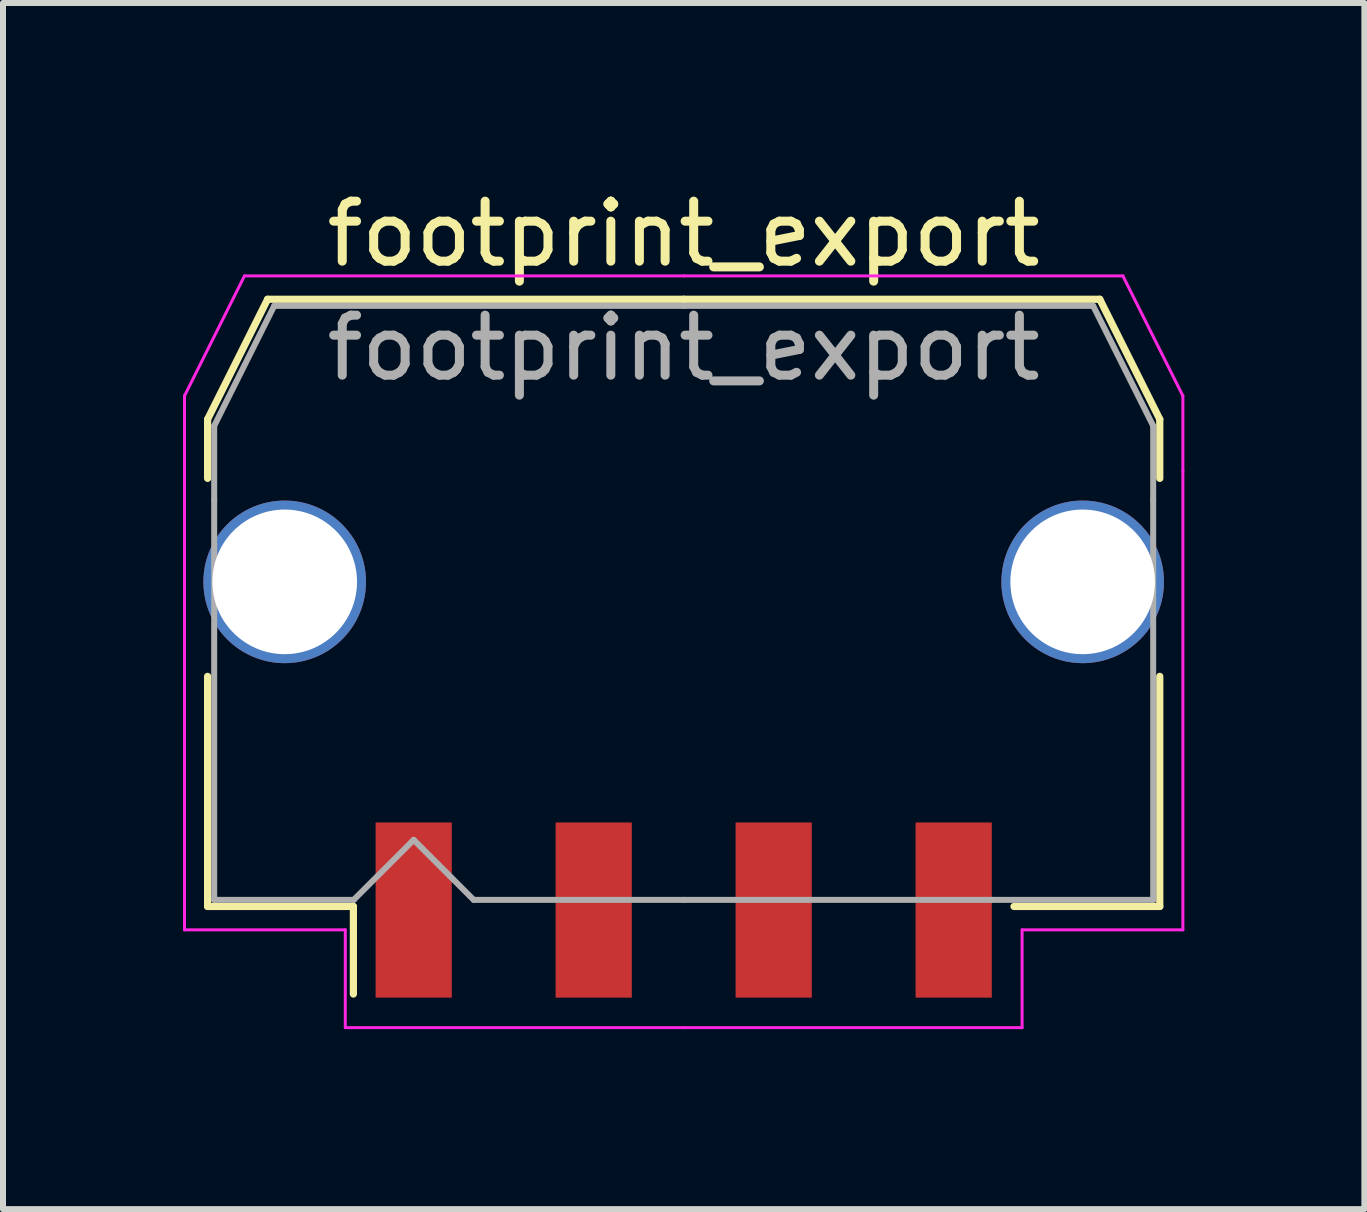
<source format=kicad_pcb>
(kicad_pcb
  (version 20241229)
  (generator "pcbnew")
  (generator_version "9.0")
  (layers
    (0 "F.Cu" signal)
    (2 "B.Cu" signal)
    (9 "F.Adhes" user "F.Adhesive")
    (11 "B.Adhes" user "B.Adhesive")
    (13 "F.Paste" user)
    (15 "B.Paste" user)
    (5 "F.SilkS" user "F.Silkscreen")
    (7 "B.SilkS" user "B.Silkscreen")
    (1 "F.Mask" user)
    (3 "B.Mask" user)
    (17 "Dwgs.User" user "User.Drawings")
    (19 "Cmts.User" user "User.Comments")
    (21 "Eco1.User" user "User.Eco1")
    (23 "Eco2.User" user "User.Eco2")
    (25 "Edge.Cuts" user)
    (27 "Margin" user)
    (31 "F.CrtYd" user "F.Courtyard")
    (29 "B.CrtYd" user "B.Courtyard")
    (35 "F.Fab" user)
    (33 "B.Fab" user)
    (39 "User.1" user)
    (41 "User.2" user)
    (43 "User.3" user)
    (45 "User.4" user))
  (footprint "footprint_export"
    (layer "F.Cu")
    (at 8.345 6.998)
    (property "Reference" "footprint_export" (at 0 -6.15 0) (layer "F.SilkS") (effects (font (size 1 1) (thickness 0.15))))
    (attr smd)
    (fp_line (start -7.935 -3.06) (end -7.935 -2.075) (stroke (width 0.12) (type solid)) (layer "F.SilkS"))
    (fp_line (start -7.935 1.225) (end -7.935 5.06) (stroke (width 0.12) (type solid)) (layer "F.SilkS"))
    (fp_line (start -7.935 5.06) (end -5.505 5.06) (stroke (width 0.12) (type solid)) (layer "F.SilkS"))
    (fp_line (start -6.935 -5.06) (end -7.935 -3.06) (stroke (width 0.12) (type solid)) (layer "F.SilkS"))
    (fp_line (start -5.505 5.06) (end -5.505 6.52) (stroke (width 0.12) (type solid)) (layer "F.SilkS"))
    (fp_line (start 0 -5.06) (end -6.935 -5.06) (stroke (width 0.12) (type solid)) (layer "F.SilkS"))
    (fp_line (start 0 -5.06) (end 6.935 -5.06) (stroke (width 0.12) (type solid)) (layer "F.SilkS"))
    (fp_line (start 6.935 -5.06) (end 7.935 -3.06) (stroke (width 0.12) (type solid)) (layer "F.SilkS"))
    (fp_line (start 7.935 -3.06) (end 7.935 -2.075) (stroke (width 0.12) (type solid)) (layer "F.SilkS"))
    (fp_line (start 7.935 1.225) (end 7.935 5.06) (stroke (width 0.12) (type solid)) (layer "F.SilkS"))
    (fp_line (start 7.935 5.06) (end 5.505 5.06) (stroke (width 0.12) (type solid)) (layer "F.SilkS"))
    (fp_line (start -8.32 -3.45) (end -8.32 -2.2) (stroke (width 0.05) (type solid)) (layer "F.CrtYd"))
    (fp_line (start -8.32 -2.2) (end -8.32 5.45) (stroke (width 0.05) (type solid)) (layer "F.CrtYd"))
    (fp_line (start -8.32 5.45) (end -5.64 5.45) (stroke (width 0.05) (type solid)) (layer "F.CrtYd"))
    (fp_line (start -7.32 -5.45) (end -8.32 -3.45) (stroke (width 0.05) (type solid)) (layer "F.CrtYd"))
    (fp_line (start -5.64 5.45) (end -5.64 7.08) (stroke (width 0.05) (type solid)) (layer "F.CrtYd"))
    (fp_line (start -5.64 7.08) (end 0 7.08) (stroke (width 0.05) (type solid)) (layer "F.CrtYd"))
    (fp_line (start 0 -5.45) (end -7.32 -5.45) (stroke (width 0.05) (type solid)) (layer "F.CrtYd"))
    (fp_line (start 0 -5.45) (end 7.32 -5.45) (stroke (width 0.05) (type solid)) (layer "F.CrtYd"))
    (fp_line (start 5.64 5.45) (end 5.64 7.08) (stroke (width 0.05) (type solid)) (layer "F.CrtYd"))
    (fp_line (start 5.64 7.08) (end 0 7.08) (stroke (width 0.05) (type solid)) (layer "F.CrtYd"))
    (fp_line (start 7.32 -5.45) (end 8.32 -3.45) (stroke (width 0.05) (type solid)) (layer "F.CrtYd"))
    (fp_line (start 8.32 -3.45) (end 8.32 -2.2) (stroke (width 0.05) (type solid)) (layer "F.CrtYd"))
    (fp_line (start 8.32 -2.2) (end 8.32 5.45) (stroke (width 0.05) (type solid)) (layer "F.CrtYd"))
    (fp_line (start 8.32 5.45) (end 5.64 5.45) (stroke (width 0.05) (type solid)) (layer "F.CrtYd"))
    (fp_line (start -7.825 -2.95) (end -7.825 -1.705) (stroke (width 0.1) (type solid)) (layer "F.Fab"))
    (fp_line (start -7.825 -1.705) (end -7.825 4.95) (stroke (width 0.1) (type solid)) (layer "F.Fab"))
    (fp_line (start -7.825 4.95) (end -5.5 4.95) (stroke (width 0.1) (type solid)) (layer "F.Fab"))
    (fp_line (start -6.825 -4.95) (end -7.825 -2.95) (stroke (width 0.1) (type solid)) (layer "F.Fab"))
    (fp_line (start -5.5 4.95) (end -4.5 3.95) (stroke (width 0.1) (type solid)) (layer "F.Fab"))
    (fp_line (start -4.5 3.95) (end -3.5 4.95) (stroke (width 0.1) (type solid)) (layer "F.Fab"))
    (fp_line (start -3.5 4.95) (end 0 4.95) (stroke (width 0.1) (type solid)) (layer "F.Fab"))
    (fp_line (start 0 -4.95) (end -6.825 -4.95) (stroke (width 0.1) (type solid)) (layer "F.Fab"))
    (fp_line (start 0 -4.95) (end 6.825 -4.95) (stroke (width 0.1) (type solid)) (layer "F.Fab"))
    (fp_line (start 5.135 4.95) (end 0 4.95) (stroke (width 0.1) (type solid)) (layer "F.Fab"))
    (fp_line (start 6.825 -4.95) (end 7.825 -2.95) (stroke (width 0.1) (type solid)) (layer "F.Fab"))
    (fp_line (start 7.825 -2.95) (end 7.825 -1.705) (stroke (width 0.1) (type solid)) (layer "F.Fab"))
    (fp_line (start 7.825 -1.705) (end 7.825 4.95) (stroke (width 0.1) (type solid)) (layer "F.Fab"))
    (fp_line (start 7.825 4.95) (end 5.135 4.95) (stroke (width 0.1) (type solid)) (layer "F.Fab"))
    (fp_text user "${REFERENCE}" (at 0 -4.25 0) (layer "F.Fab") (effects (font (size 1 1) (thickness 0.15))))
    (pad "1" smd rect (at -4.5 5.12) (size 1.27 2.92) (layers "F.Cu" "F.Mask" "F.Paste"))
    (pad "2" smd rect (at -1.5 5.12) (size 1.27 2.92) (layers "F.Cu" "F.Mask" "F.Paste"))
    (pad "3" smd rect (at 1.5 5.12) (size 1.27 2.92) (layers "F.Cu" "F.Mask" "F.Paste"))
    (pad "4" smd rect (at 4.5 5.12) (size 1.27 2.92) (layers "F.Cu" "F.Mask" "F.Paste"))
    (pad "MP" thru_hole circle (at -6.65 -0.35) (size 2.71 2.71) (drill 2.41) (layers "*.Cu" "*.Mask"))
    (pad "MP" thru_hole circle (at 6.65 -0.35) (size 2.71 2.71) (drill 2.41) (layers "*.Cu" "*.Mask")))
  (gr_rect
    (start -3 -3)
    (end 19.69 17.103)
    (stroke (width 0.1) (type default))
    (fill no)
    (layer "Edge.Cuts")))
</source>
